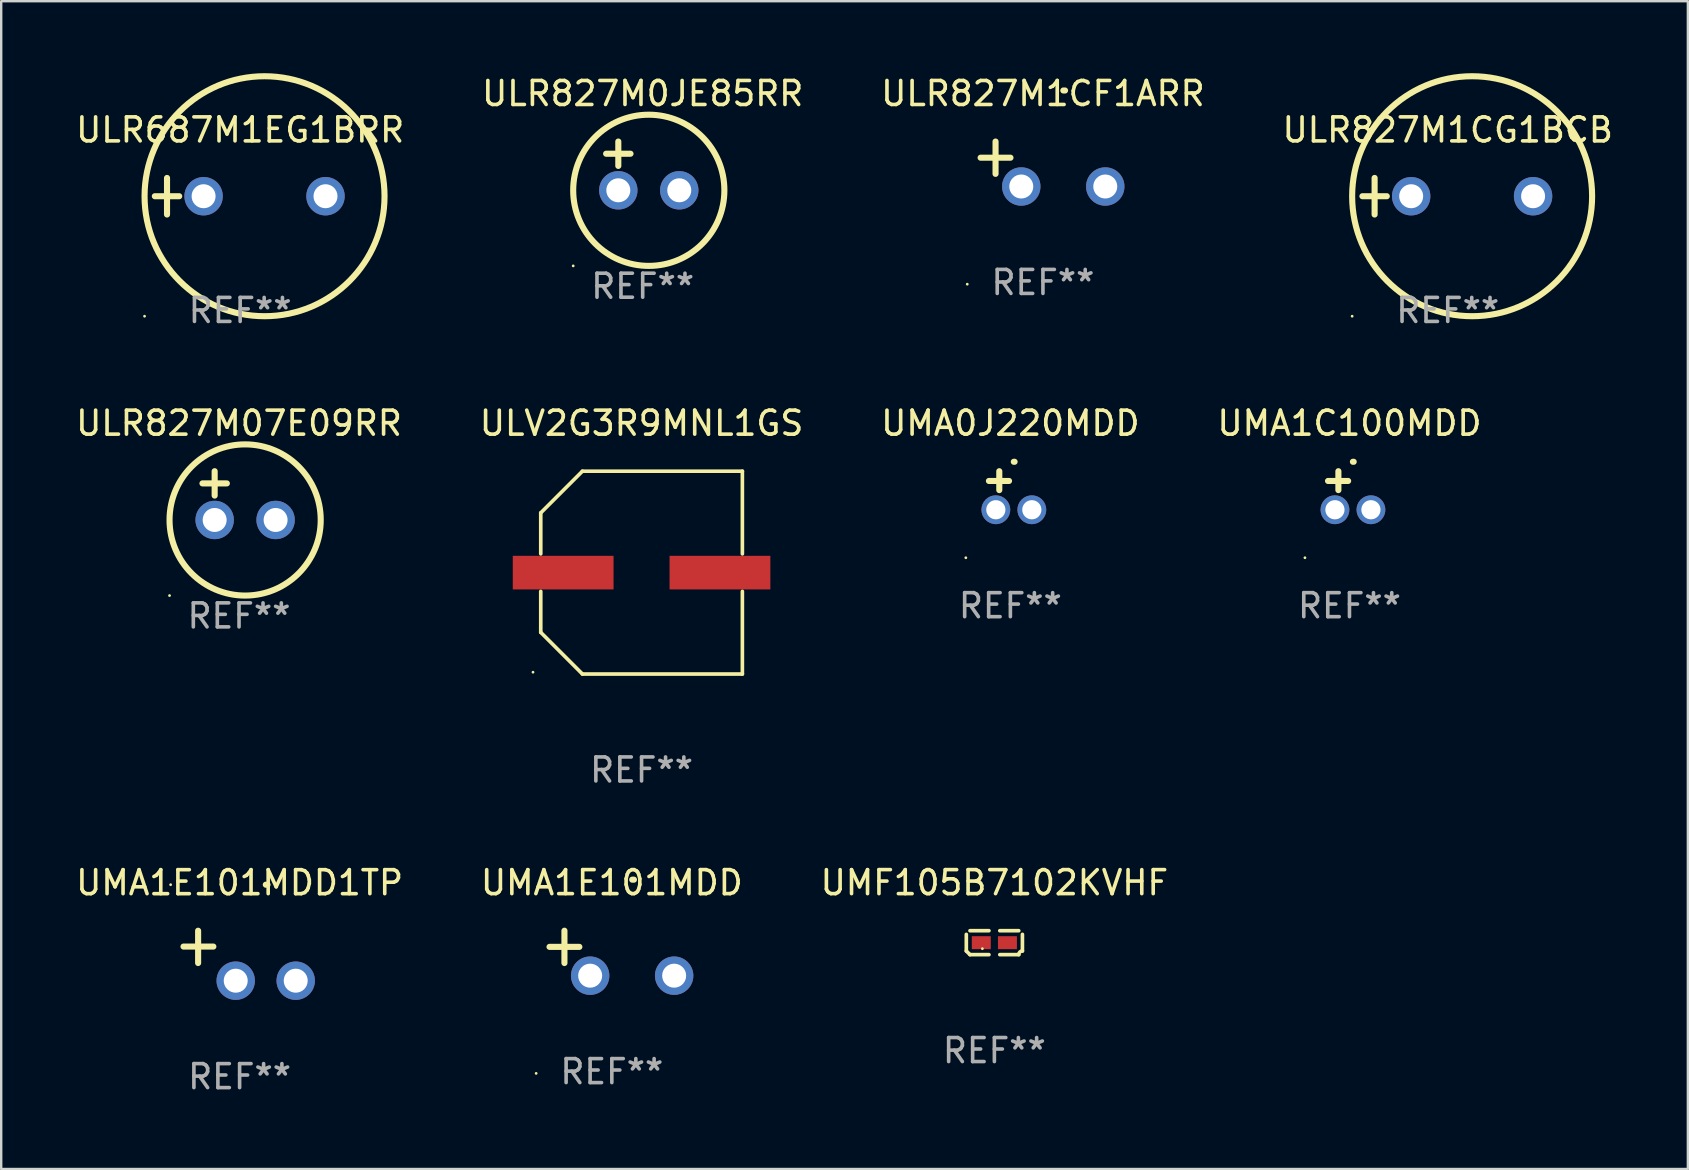
<source format=kicad_pcb>
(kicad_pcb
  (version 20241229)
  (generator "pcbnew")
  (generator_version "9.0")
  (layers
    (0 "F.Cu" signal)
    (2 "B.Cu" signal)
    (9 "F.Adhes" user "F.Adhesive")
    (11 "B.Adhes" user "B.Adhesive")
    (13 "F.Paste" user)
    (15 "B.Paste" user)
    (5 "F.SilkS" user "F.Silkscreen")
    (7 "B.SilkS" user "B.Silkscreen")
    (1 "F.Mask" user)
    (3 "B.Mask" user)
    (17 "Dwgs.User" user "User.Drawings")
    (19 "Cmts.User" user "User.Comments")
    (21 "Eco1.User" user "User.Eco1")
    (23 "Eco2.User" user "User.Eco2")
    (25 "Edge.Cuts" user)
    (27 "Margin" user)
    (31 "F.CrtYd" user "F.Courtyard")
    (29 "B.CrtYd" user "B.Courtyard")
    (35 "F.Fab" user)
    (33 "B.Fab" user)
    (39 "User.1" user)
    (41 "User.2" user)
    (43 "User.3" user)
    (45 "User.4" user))
  (footprint "UMF105B7102KVHF"
    (layer "F.Cu")
    (at 38.387 36.233)
    (property "Reference" "UMF105B7102KVHF" (at 0 -2.499 0) (layer "F.SilkS") (effects (font (size 1 1) (thickness 0.15))))
    (attr through_hole)
    (fp_line (start -1.169 0.346) (end -1.169 -0.346) (stroke (width 0.152) (type solid)) (layer "F.SilkS"))
    (fp_line (start -1.016 -0.499) (end -0.226 -0.499) (stroke (width 0.152) (type solid)) (layer "F.SilkS"))
    (fp_line (start -0.226 0.499) (end -1.016 0.499) (stroke (width 0.152) (type solid)) (layer "F.SilkS"))
    (fp_line (start 0.226 0.499) (end 1.016 0.499) (stroke (width 0.152) (type solid)) (layer "F.SilkS"))
    (fp_line (start 1.016 -0.499) (end 0.226 -0.499) (stroke (width 0.152) (type solid)) (layer "F.SilkS"))
    (fp_line (start 1.169 0.346) (end 1.169 -0.346) (stroke (width 0.152) (type solid)) (layer "F.SilkS"))
    (fp_arc (start -1.016307 0.498603) (mid -1.092512 0.422405) (end -1.16871 0.3462) (stroke (width 0.1524) (type solid)) (layer "F.SilkS"))
    (fp_arc (start 1.016307 0.498603) (mid 1.060899 0.390758) (end 1.168707 0.346076) (stroke (width 0.1524) (type solid)) (layer "F.SilkS"))
    (fp_circle (center -0.5 0.25) (end -0.47 0.25) (stroke (width 0.06) (type solid)) (fill no) (layer "F.SilkS"))
    (fp_text user "REF**" (at 0 4.499 0) (layer "F.Fab") (effects (font (size 1 1) (thickness 0.15))))
    (pad "1" smd rect (at -0.545 0) (size 0.79 0.54) (layers "F.Cu" "F.Mask" "F.Paste"))
    (pad "2" smd rect (at 0.545 0) (size 0.79 0.54) (layers "F.Cu" "F.Mask" "F.Paste")))
  (footprint "ULV2G3R9MNL1GS"
    (layer "F.Cu")
    (at 23.685 20.812)
    (property "Reference" "ULV2G3R9MNL1GS" (at 0 -6.226 0) (layer "F.SilkS") (effects (font (size 1 1) (thickness 0.15))))
    (attr through_hole)
    (fp_line (start -4.201 -2.49) (end -4.201 -0.782) (stroke (width 0.152) (type solid)) (layer "F.SilkS"))
    (fp_line (start -4.201 2.49) (end -4.201 0.782) (stroke (width 0.152) (type solid)) (layer "F.SilkS"))
    (fp_line (start -2.465 -4.226) (end -4.201 -2.49) (stroke (width 0.152) (type solid)) (layer "F.SilkS"))
    (fp_line (start -2.465 4.226) (end -4.201 2.49) (stroke (width 0.152) (type solid)) (layer "F.SilkS"))
    (fp_line (start 4.201 -4.226) (end -2.465 -4.226) (stroke (width 0.152) (type solid)) (layer "F.SilkS"))
    (fp_line (start 4.201 -0.782) (end 4.201 -4.226) (stroke (width 0.152) (type solid)) (layer "F.SilkS"))
    (fp_line (start 4.201 0.782) (end 4.201 4.226) (stroke (width 0.152) (type solid)) (layer "F.SilkS"))
    (fp_line (start 4.201 4.226) (end -2.465 4.226) (stroke (width 0.152) (type solid)) (layer "F.SilkS"))
    (fp_circle (center -4.524 4.15) (end -4.494 4.15) (stroke (width 0.06) (type solid)) (fill no) (layer "F.SilkS"))
    (fp_text user "REF**" (at 0 8.226 0) (layer "F.Fab") (effects (font (size 1 1) (thickness 0.15))))
    (pad "1" smd rect (at -3.267 0) (size 4.2 1.4) (layers "F.Cu" "F.Mask" "F.Paste"))
    (pad "2" smd rect (at 3.267 0) (size 4.2 1.4) (layers "F.Cu" "F.Mask" "F.Paste")))
  (footprint "UMA0J220MDD"
    (layer "F.Cu")
    (at 39.054 17.389)
    (property "Reference" "UMA0J220MDD" (at 0 -2.803 0) (layer "F.SilkS") (effects (font (size 1 1) (thickness 0.15))))
    (attr through_hole)
    (fp_line (start -0.462 -0.016) (end -0.462 -0.803) (stroke (width 0.254) (type solid)) (layer "F.SilkS"))
    (fp_line (start -0.056 -0.397) (end -0.894 -0.397) (stroke (width 0.254) (type solid)) (layer "F.SilkS"))
    (fp_arc (start 0.142799 -1.195784) (mid 0.159309 -1.195852) (end 0.175819 -1.195784) (stroke (width 0.254001) (type solid)) (layer "F.SilkS"))
    (fp_circle (center -1.856 2.803) (end -1.826 2.803) (stroke (width 0.06) (type solid)) (fill no) (layer "F.SilkS"))
    (fp_text user "REF**" (at 0 4.803 0) (layer "F.Fab") (effects (font (size 1 1) (thickness 0.15))))
    (pad "1" thru_hole circle (at -0.606 0.803) (size 1.2 1.2) (drill 0.8) (layers "*.Cu" "*.Mask"))
    (pad "2" thru_hole circle (at 0.894 0.803) (size 1.2 1.2) (drill 0.8) (layers "*.Cu" "*.Mask")))
  (footprint "ULR827M0JE85RR"
    (layer "F.Cu")
    (at 23.732 3.864)
    (property "Reference" "ULR827M0JE85RR" (at 0 -3.016 0) (layer "F.SilkS") (effects (font (size 1 1) (thickness 0.15))))
    (attr through_hole)
    (fp_line (start -1.524 -0.508) (end -0.508 -0.508) (stroke (width 0.254) (type solid)) (layer "F.SilkS"))
    (fp_line (start -1.016 -1.016) (end -1.016 0) (stroke (width 0.254) (type solid)) (layer "F.SilkS"))
    (fp_circle (center -2.896 4.166) (end -2.866 4.166) (stroke (width 0.06) (type solid)) (fill no) (layer "F.SilkS"))
    (fp_circle (center 0.254 1.016) (end 3.404 1.016) (stroke (width 0.254) (type solid)) (fill no) (layer "F.SilkS"))
    (fp_text user "REF**" (at 0 5.016 0) (layer "F.Fab") (effects (font (size 1 1) (thickness 0.15))))
    (pad "1" thru_hole circle (at -1.016 1.016) (size 1.6 1.6) (drill 1) (layers "*.Cu" "*.Mask"))
    (pad "2" thru_hole circle (at 1.524 1.016) (size 1.6 1.6) (drill 1) (layers "*.Cu" "*.Mask")))
  (footprint "UMA1E101MDD"
    (layer "F.Cu")
    (at 22.446 36.671)
    (property "Reference" "UMA1E101MDD" (at 0 -2.937 0) (layer "F.SilkS") (effects (font (size 1 1) (thickness 0.15))))
    (attr through_hole)
    (fp_line (start -1.975 0.41) (end -1.975 -0.937) (stroke (width 0.254) (type solid)) (layer "F.SilkS"))
    (fp_line (start -1.353 -0.263) (end -2.597 -0.263) (stroke (width 0.254) (type solid)) (layer "F.SilkS"))
    (fp_arc (start 0.849809 -3.063957) (mid 0.885369 -3.064114) (end 0.920929 -3.063957) (stroke (width 0.254001) (type solid)) (layer "F.SilkS"))
    (fp_circle (center -3.154 5.008) (end -3.124 5.008) (stroke (width 0.06) (type solid)) (fill no) (layer "F.SilkS"))
    (fp_text user "REF**" (at 0 4.937 0) (layer "F.Fab") (effects (font (size 1 1) (thickness 0.15))))
    (pad "1" thru_hole circle (at -0.903 0.937) (size 1.6 1.6) (drill 1) (layers "*.Cu" "*.Mask"))
    (pad "2" thru_hole circle (at 2.597 0.937) (size 1.6 1.6) (drill 1) (layers "*.Cu" "*.Mask")))
  (footprint "ULR827M1CF1ARR"
    (layer "F.Cu")
    (at 40.411 3.785)
    (property "Reference" "ULR827M1CF1ARR" (at 0 -2.937 0) (layer "F.SilkS") (effects (font (size 1 1) (thickness 0.15))))
    (attr through_hole)
    (fp_line (start -1.975 0.41) (end -1.975 -0.937) (stroke (width 0.254) (type solid)) (layer "F.SilkS"))
    (fp_line (start -1.353 -0.263) (end -2.597 -0.263) (stroke (width 0.254) (type solid)) (layer "F.SilkS"))
    (fp_arc (start 0.849809 -3.063957) (mid 0.885369 -3.064114) (end 0.920929 -3.063957) (stroke (width 0.254001) (type solid)) (layer "F.SilkS"))
    (fp_circle (center -3.154 5.008) (end -3.124 5.008) (stroke (width 0.06) (type solid)) (fill no) (layer "F.SilkS"))
    (fp_text user "REF**" (at 0 4.937 0) (layer "F.Fab") (effects (font (size 1 1) (thickness 0.15))))
    (pad "1" thru_hole circle (at -0.903 0.937) (size 1.6 1.6) (drill 1) (layers "*.Cu" "*.Mask"))
    (pad "2" thru_hole circle (at 2.597 0.937) (size 1.6 1.6) (drill 1) (layers "*.Cu" "*.Mask")))
  (footprint "ULR827M07E09RR"
    (layer "F.Cu")
    (at 6.911 17.602)
    (property "Reference" "ULR827M07E09RR" (at 0 -3.016 0) (layer "F.SilkS") (effects (font (size 1 1) (thickness 0.15))))
    (attr through_hole)
    (fp_line (start -1.524 -0.508) (end -0.508 -0.508) (stroke (width 0.254) (type solid)) (layer "F.SilkS"))
    (fp_line (start -1.016 -1.016) (end -1.016 0) (stroke (width 0.254) (type solid)) (layer "F.SilkS"))
    (fp_circle (center -2.896 4.166) (end -2.866 4.166) (stroke (width 0.06) (type solid)) (fill no) (layer "F.SilkS"))
    (fp_circle (center 0.254 1.016) (end 3.404 1.016) (stroke (width 0.254) (type solid)) (fill no) (layer "F.SilkS"))
    (fp_text user "REF**" (at 0 5.016 0) (layer "F.Fab") (effects (font (size 1 1) (thickness 0.15))))
    (pad "1" thru_hole circle (at -1.016 1.016) (size 1.6 1.6) (drill 1) (layers "*.Cu" "*.Mask"))
    (pad "2" thru_hole circle (at 1.524 1.016) (size 1.6 1.6) (drill 1) (layers "*.Cu" "*.Mask")))
  (footprint "UMA1E101MDD1TP"
    (layer "F.Cu")
    (at 6.935 36.776)
    (property "Reference" "UMA1E101MDD1TP" (at 0 -3.041 0) (layer "F.SilkS") (effects (font (size 1 1) (thickness 0.15))))
    (attr through_hole)
    (fp_line (start -1.729 0.305) (end -1.729 -1.041) (stroke (width 0.254) (type solid)) (layer "F.SilkS"))
    (fp_line (start -1.094 -0.381) (end -2.338 -0.381) (stroke (width 0.254) (type solid)) (layer "F.SilkS"))
    (fp_arc (start 1.090818 -2.959068) (mid 1.126378 -2.959225) (end 1.161938 -2.959068) (stroke (width 0.254001) (type solid)) (layer "F.SilkS"))
    (fp_circle (center -2.874 -2.959) (end -2.844 -2.959) (stroke (width 0.06) (type solid)) (fill no) (layer "F.SilkS"))
    (fp_text user "REF**" (at 0 5.041 0) (layer "F.Fab") (effects (font (size 1 1) (thickness 0.15))))
    (pad "1" thru_hole circle (at -0.162 1.041) (size 1.6 1.6) (drill 1) (layers "*.Cu" "*.Mask"))
    (pad "2" thru_hole circle (at 2.338 1.041) (size 1.6 1.6) (drill 1) (layers "*.Cu" "*.Mask")))
  (footprint "ULR827M1CG1BCB"
    (layer "F.Cu")
    (at 57.28 5.127)
    (property "Reference" "ULR827M1CG1BCB" (at 0 -2.762 0) (layer "F.SilkS") (effects (font (size 1 1) (thickness 0.15))))
    (attr through_hole)
    (fp_line (start -3.556 0) (end -2.54 0) (stroke (width 0.254) (type solid)) (layer "F.SilkS"))
    (fp_line (start -3.048 -0.762) (end -3.048 0.762) (stroke (width 0.254) (type solid)) (layer "F.SilkS"))
    (fp_circle (center -3.984 5) (end -3.954 5) (stroke (width 0.06) (type solid)) (fill no) (layer "F.SilkS"))
    (fp_circle (center 1.016 0) (end 6.016 0) (stroke (width 0.254) (type solid)) (fill no) (layer "F.SilkS"))
    (fp_text user "REF**" (at 0 4.762 0) (layer "F.Fab") (effects (font (size 1 1) (thickness 0.15))))
    (pad "1" thru_hole circle (at -1.524 0) (size 1.6 1.6) (drill 1) (layers "*.Cu" "*.Mask"))
    (pad "2" thru_hole circle (at 3.556 0) (size 1.6 1.6) (drill 1) (layers "*.Cu" "*.Mask")))
  (footprint "ULR687M1EG1BRR"
    (layer "F.Cu")
    (at 6.958 5.127)
    (property "Reference" "ULR687M1EG1BRR" (at 0 -2.762 0) (layer "F.SilkS") (effects (font (size 1 1) (thickness 0.15))))
    (attr through_hole)
    (fp_line (start -3.556 0) (end -2.54 0) (stroke (width 0.254) (type solid)) (layer "F.SilkS"))
    (fp_line (start -3.048 -0.762) (end -3.048 0.762) (stroke (width 0.254) (type solid)) (layer "F.SilkS"))
    (fp_circle (center -3.984 5) (end -3.954 5) (stroke (width 0.06) (type solid)) (fill no) (layer "F.SilkS"))
    (fp_circle (center 1.016 0) (end 6.016 0) (stroke (width 0.254) (type solid)) (fill no) (layer "F.SilkS"))
    (fp_text user "REF**" (at 0 4.762 0) (layer "F.Fab") (effects (font (size 1 1) (thickness 0.15))))
    (pad "1" thru_hole circle (at -1.524 0) (size 1.6 1.6) (drill 1) (layers "*.Cu" "*.Mask"))
    (pad "2" thru_hole circle (at 3.556 0) (size 1.6 1.6) (drill 1) (layers "*.Cu" "*.Mask")))
  (footprint "UMA1C100MDD"
    (layer "F.Cu")
    (at 53.185 17.389)
    (property "Reference" "UMA1C100MDD" (at 0 -2.803 0) (layer "F.SilkS") (effects (font (size 1 1) (thickness 0.15))))
    (attr through_hole)
    (fp_line (start -0.462 -0.016) (end -0.462 -0.803) (stroke (width 0.254) (type solid)) (layer "F.SilkS"))
    (fp_line (start -0.056 -0.397) (end -0.894 -0.397) (stroke (width 0.254) (type solid)) (layer "F.SilkS"))
    (fp_arc (start 0.142799 -1.195784) (mid 0.159309 -1.195852) (end 0.175819 -1.195784) (stroke (width 0.254001) (type solid)) (layer "F.SilkS"))
    (fp_circle (center -1.856 2.803) (end -1.826 2.803) (stroke (width 0.06) (type solid)) (fill no) (layer "F.SilkS"))
    (fp_text user "REF**" (at 0 4.803 0) (layer "F.Fab") (effects (font (size 1 1) (thickness 0.15))))
    (pad "1" thru_hole circle (at -0.606 0.803) (size 1.2 1.2) (drill 0.8) (layers "*.Cu" "*.Mask"))
    (pad "2" thru_hole circle (at 0.894 0.803) (size 1.2 1.2) (drill 0.8) (layers "*.Cu" "*.Mask")))
  (gr_rect
    (start -3 -3)
    (end 67.286 45.665)
    (stroke (width 0.1) (type default))
    (fill no)
    (layer "Edge.Cuts")))
</source>
